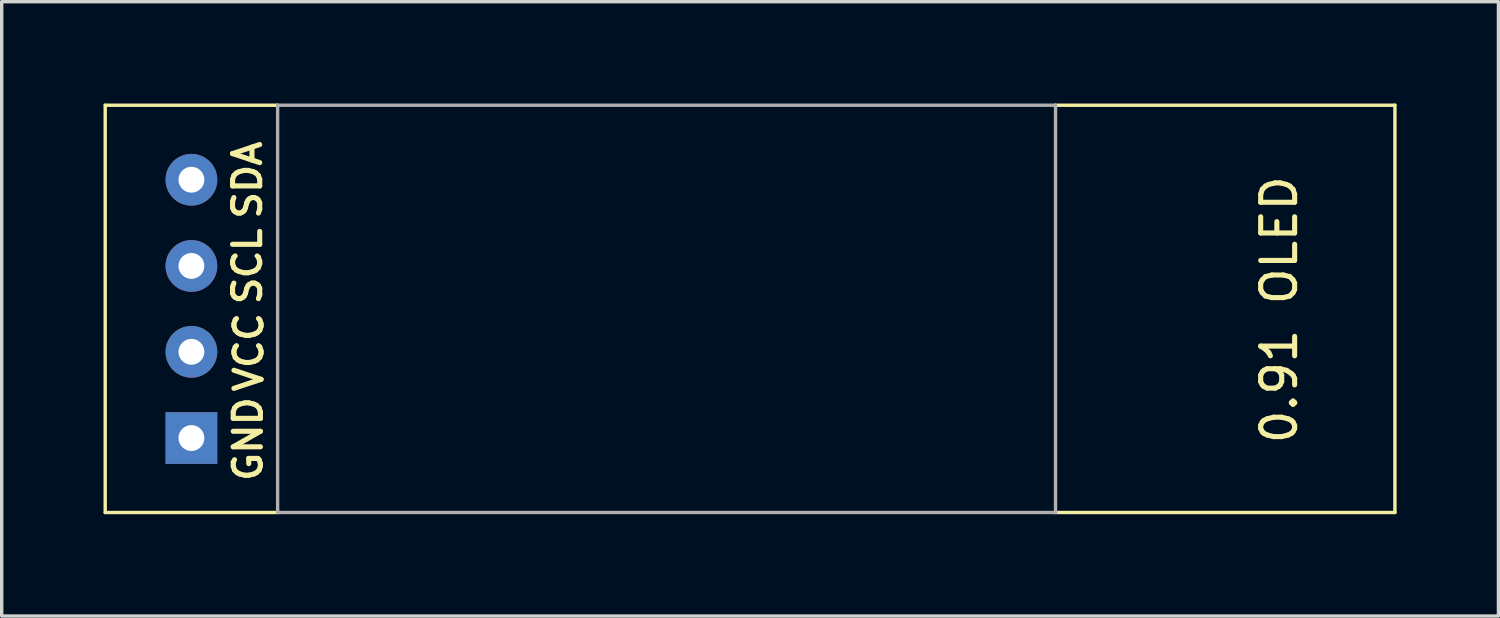
<source format=kicad_pcb>
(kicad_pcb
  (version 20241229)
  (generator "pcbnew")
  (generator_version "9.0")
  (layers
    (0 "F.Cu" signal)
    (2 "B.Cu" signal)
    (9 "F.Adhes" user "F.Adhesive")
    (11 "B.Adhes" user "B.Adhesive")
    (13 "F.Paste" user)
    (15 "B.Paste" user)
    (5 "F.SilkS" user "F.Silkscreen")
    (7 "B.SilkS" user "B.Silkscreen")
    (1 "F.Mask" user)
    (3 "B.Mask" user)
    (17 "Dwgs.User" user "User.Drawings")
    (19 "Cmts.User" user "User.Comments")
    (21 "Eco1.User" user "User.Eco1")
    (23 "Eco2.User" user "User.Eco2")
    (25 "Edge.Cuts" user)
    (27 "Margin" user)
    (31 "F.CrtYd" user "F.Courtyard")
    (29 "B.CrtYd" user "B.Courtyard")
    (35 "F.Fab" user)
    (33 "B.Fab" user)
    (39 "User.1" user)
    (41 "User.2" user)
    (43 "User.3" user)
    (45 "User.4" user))
  (footprint "0.91 OLED"
    (layer "F.Cu")
    (at 19.05 6.056)
    (property "Reference" "0.91 OLED" (at 15.59 0.02 90) (layer "F.SilkS") (effects (font (size 1 1) (thickness 0.15))))
    (attr through_hole)
    (fp_line (start -19 -6.006) (end -13.92 -6.006) (stroke (width 0.1) (type solid)) (layer "F.SilkS"))
    (fp_line (start -19 5.994) (end -19 -6.006) (stroke (width 0.1) (type solid)) (layer "F.SilkS"))
    (fp_line (start -13.92 5.994) (end -19 5.994) (stroke (width 0.1) (type solid)) (layer "F.SilkS"))
    (fp_line (start 9 -6.006) (end 19 -6.006) (stroke (width 0.1) (type solid)) (layer "F.SilkS"))
    (fp_line (start 19 -6.006) (end 19 5.994) (stroke (width 0.1) (type solid)) (layer "F.SilkS"))
    (fp_line (start 19 5.994) (end 9 5.994) (stroke (width 0.1) (type solid)) (layer "F.SilkS"))
    (fp_line (start -13.92 -6.006) (end 9 -6.006) (stroke (width 0.1) (type solid)) (layer "F.Fab"))
    (fp_line (start -13.92 5.994) (end -13.92 -6.006) (stroke (width 0.1) (type solid)) (layer "F.Fab"))
    (fp_line (start 9 -6.006) (end 9 5.994) (stroke (width 0.1) (type solid)) (layer "F.Fab"))
    (fp_line (start 9 5.994) (end -13.92 5.994) (stroke (width 0.1) (type solid)) (layer "F.Fab"))
    (fp_text user "GND" (at -14.79 3.83 90) (layer "F.SilkS") (effects (font (size 0.8 0.8) (thickness 0.15))))
    (fp_text user "VCC" (at -14.77 1.27 90) (layer "F.SilkS") (effects (font (size 0.8 0.8) (thickness 0.15))))
    (fp_text user "SCL" (at -14.81 -1.26 90) (layer "F.SilkS") (effects (font (size 0.8 0.8) (thickness 0.15))))
    (fp_text user "SDA" (at -14.81 -3.8 90) (layer "F.SilkS") (effects (font (size 0.8 0.8) (thickness 0.15))))
    (pad "1" thru_hole rect (at -16.46 3.8) (size 1.524 1.524) (drill 0.762) (layers "*.Cu" "*.Mask"))
    (pad "2" thru_hole circle (at -16.46 1.26) (size 1.524 1.524) (drill 0.762) (layers "*.Cu" "*.Mask"))
    (pad "3" thru_hole circle (at -16.46 -1.27) (size 1.524 1.524) (drill 0.762) (layers "*.Cu" "*.Mask"))
    (pad "4" thru_hole circle (at -16.46 -3.81) (size 1.524 1.524) (drill 0.762) (layers "*.Cu" "*.Mask")))
  (gr_rect
    (start -3 -3)
    (end 41.1 15.1)
    (stroke (width 0.1) (type default))
    (fill no)
    (layer "Edge.Cuts")))
</source>
